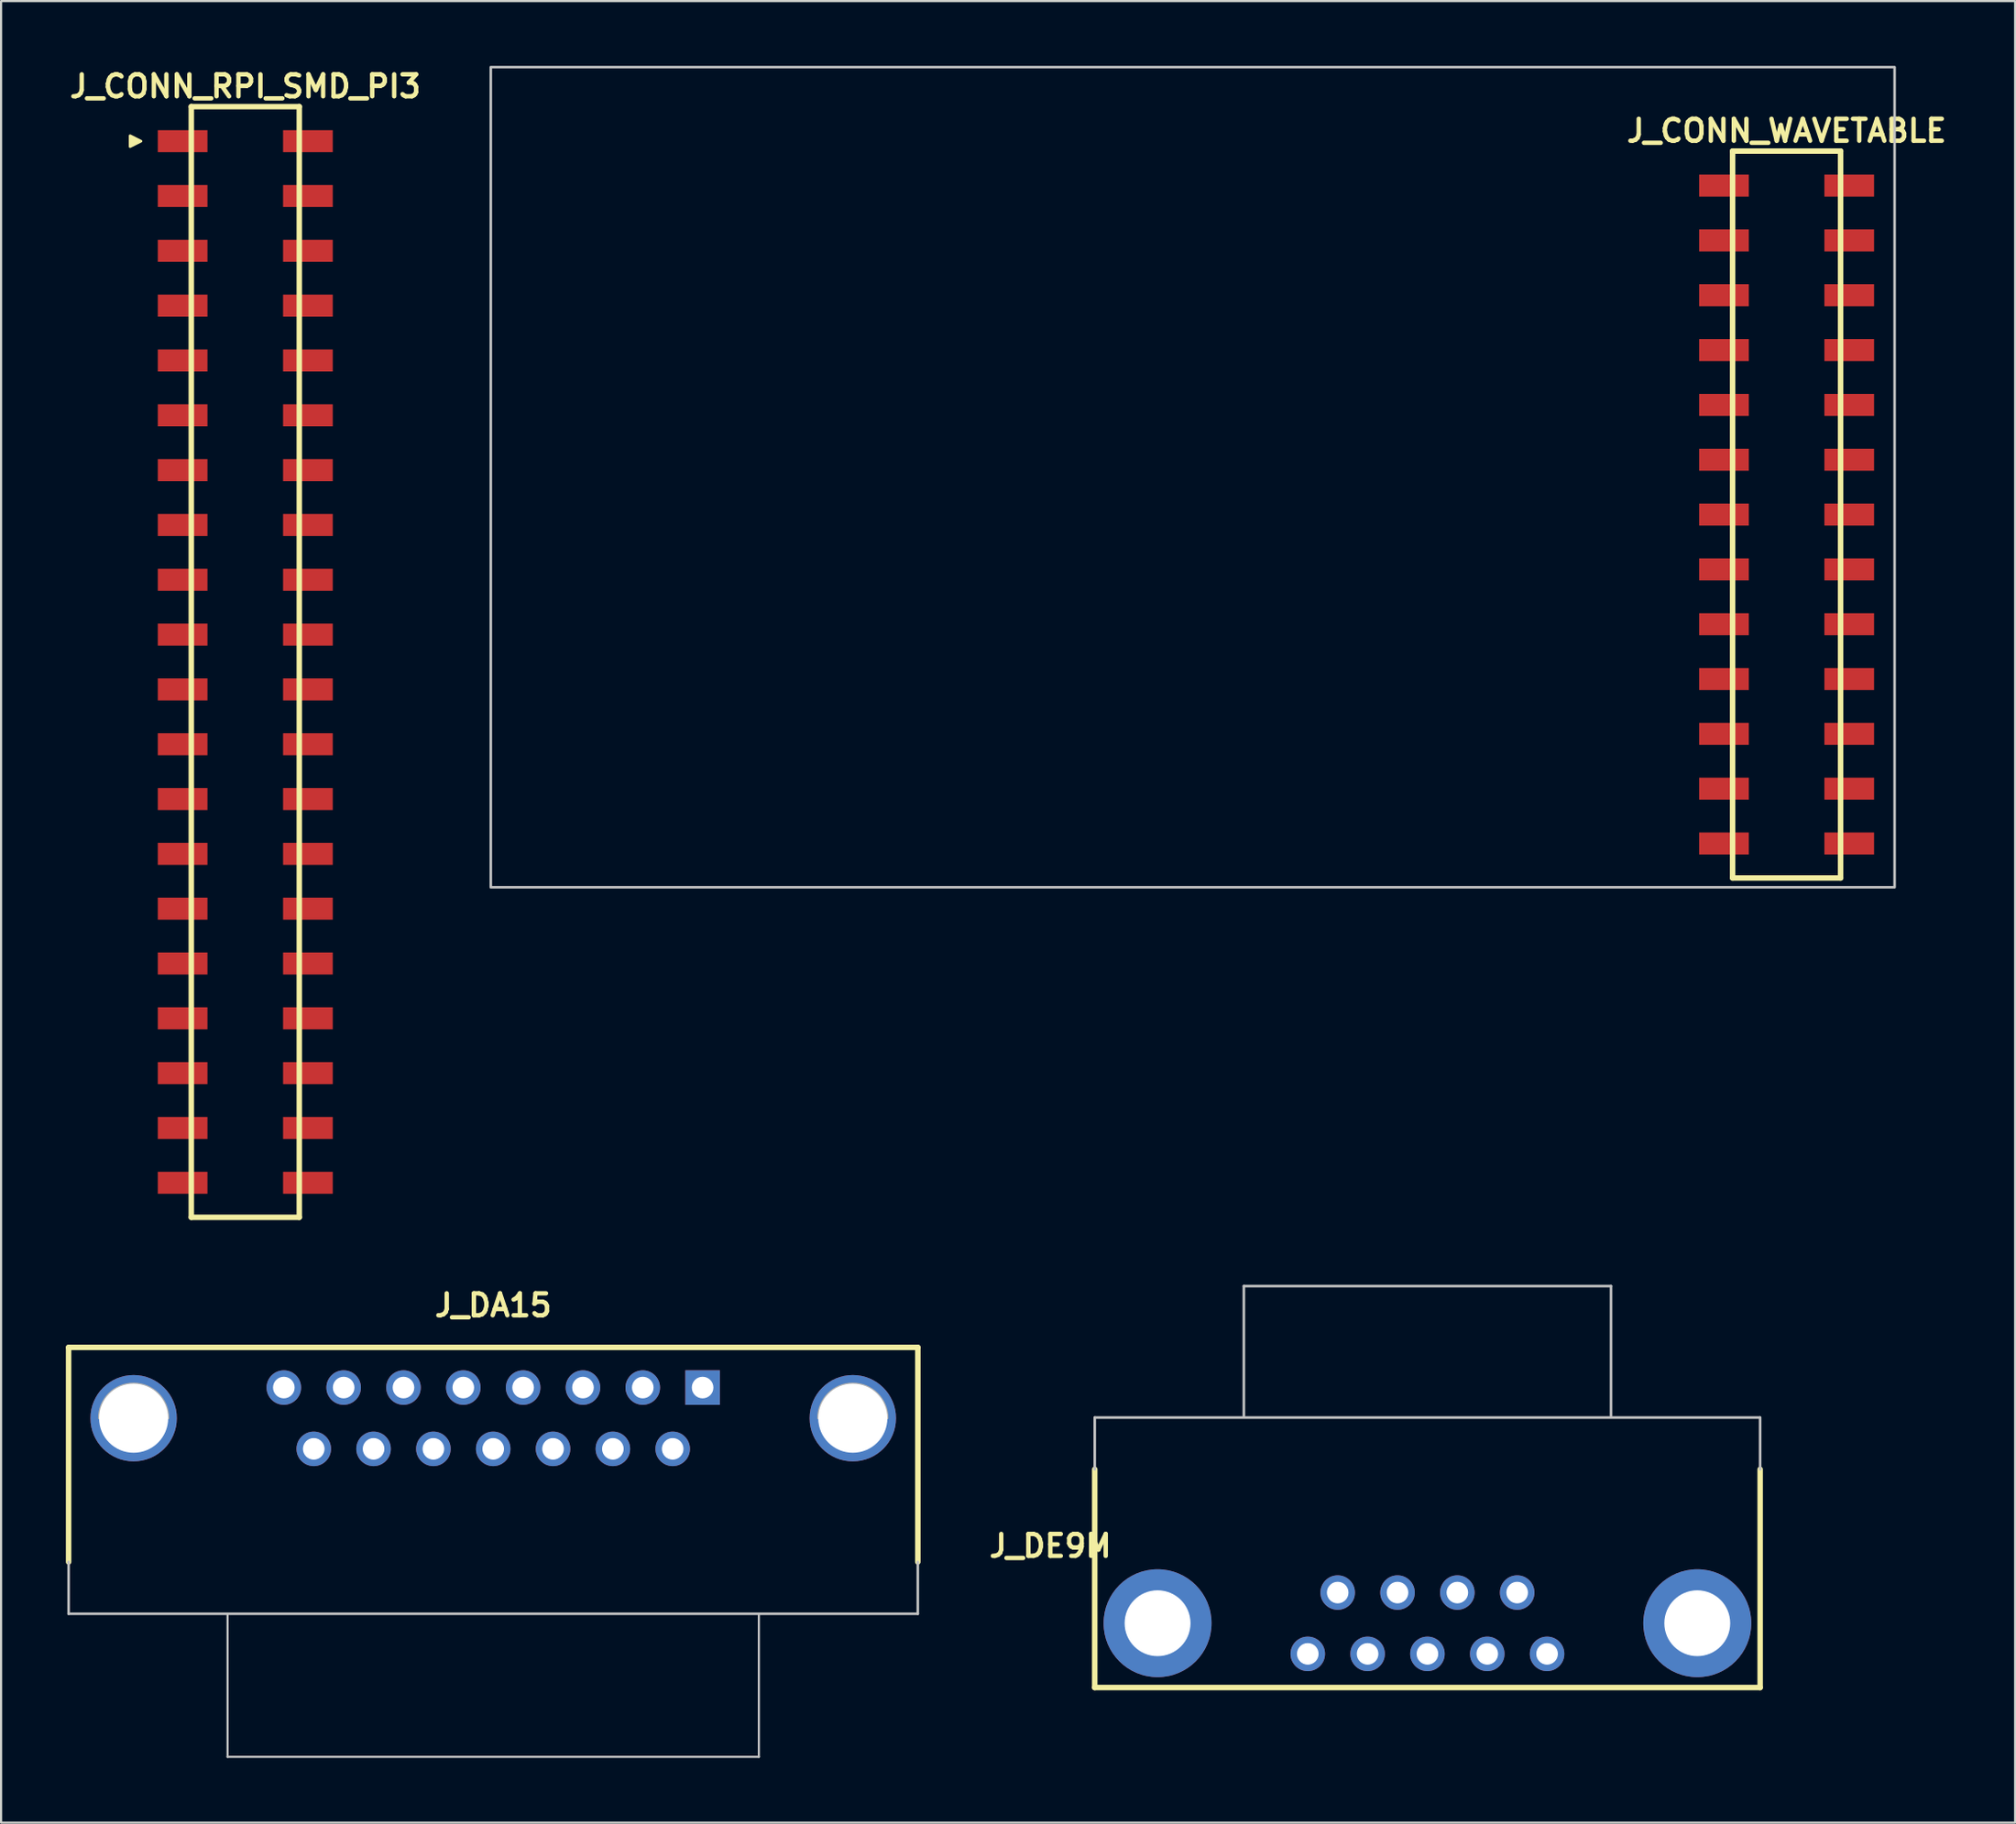
<source format=kicad_pcb>
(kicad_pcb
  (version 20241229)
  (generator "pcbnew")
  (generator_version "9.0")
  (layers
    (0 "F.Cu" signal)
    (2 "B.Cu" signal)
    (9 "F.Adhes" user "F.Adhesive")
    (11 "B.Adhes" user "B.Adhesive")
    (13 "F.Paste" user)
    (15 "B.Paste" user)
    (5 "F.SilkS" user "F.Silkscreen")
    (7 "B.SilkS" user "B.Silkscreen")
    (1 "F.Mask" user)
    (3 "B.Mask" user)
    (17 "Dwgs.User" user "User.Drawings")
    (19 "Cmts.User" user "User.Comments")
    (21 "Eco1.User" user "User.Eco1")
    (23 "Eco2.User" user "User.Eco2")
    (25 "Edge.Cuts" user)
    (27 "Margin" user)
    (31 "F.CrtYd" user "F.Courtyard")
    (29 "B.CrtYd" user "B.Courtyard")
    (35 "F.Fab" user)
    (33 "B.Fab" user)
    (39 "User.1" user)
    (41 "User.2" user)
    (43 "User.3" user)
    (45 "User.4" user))
  (footprint "J_DE9M"
    (layer "F.Cu")
    (at 63.043 73.578)
    (property "Reference" "J_DE9M" (at -17.46 -5 0) (layer "F.SilkS") (effects (font (size 1.016 1.016) (thickness 0.203))))
    (property "Value" "${VALUE}" (at 17.54 -5 0) (layer "F.SilkS") (hide yes) (effects (font (size 1.016 0.914) (thickness 0.203) (italic yes))))
    (attr through_hole)
    (fp_line (start -15.405 -8.55) (end -15.405 1.56) (stroke (width 0.254) (type solid)) (layer "F.SilkS"))
    (fp_line (start -15.405 1.56) (end 15.405 1.56) (stroke (width 0.254) (type solid)) (layer "F.SilkS"))
    (fp_line (start 15.405 -8.55) (end 15.405 1.56) (stroke (width 0.254) (type solid)) (layer "F.SilkS"))
    (fp_line (start -15.405 -10.95) (end -15.405 -8.55) (stroke (width 0.12) (type default)) (layer "Dwgs.User"))
    (fp_line (start -8.5 -17.04) (end -8.5 -11.025) (stroke (width 0.12) (type solid)) (layer "Dwgs.User"))
    (fp_line (start -8.5 -17.04) (end 8.5 -17.04) (stroke (width 0.12) (type solid)) (layer "Dwgs.User"))
    (fp_line (start 8.5 -17.04) (end 8.5 -11.025) (stroke (width 0.12) (type solid)) (layer "Dwgs.User"))
    (fp_line (start 15.4 -10.95) (end -15.4 -10.95) (stroke (width 0.12) (type default)) (layer "Dwgs.User"))
    (fp_line (start 15.405 -8.55) (end 15.405 -10.95) (stroke (width 0.12) (type default)) (layer "Dwgs.User"))
    (pad "1" thru_hole circle (at 5.54 0) (size 1.6 1.6) (drill 1) (layers "*.Cu" "*.Mask"))
    (pad "2" thru_hole circle (at 2.77 0) (size 1.6 1.6) (drill 1) (layers "*.Cu" "*.Mask"))
    (pad "3" thru_hole circle (at 0 0) (size 1.6 1.6) (drill 1) (layers "*.Cu" "*.Mask"))
    (pad "4" thru_hole circle (at -2.77 0) (size 1.6 1.6) (drill 1) (layers "*.Cu" "*.Mask"))
    (pad "5" thru_hole circle (at -5.54 0) (size 1.6 1.6) (drill 1) (layers "*.Cu" "*.Mask"))
    (pad "6" thru_hole circle (at 4.155 -2.84) (size 1.6 1.6) (drill 1) (layers "*.Cu" "*.Mask"))
    (pad "7" thru_hole circle (at 1.385 -2.84) (size 1.6 1.6) (drill 1) (layers "*.Cu" "*.Mask"))
    (pad "8" thru_hole circle (at -1.385 -2.84) (size 1.6 1.6) (drill 1) (layers "*.Cu" "*.Mask"))
    (pad "9" thru_hole circle (at -4.155 -2.84) (size 1.6 1.6) (drill 1) (layers "*.Cu" "*.Mask"))
    (pad "10" thru_hole circle (at -12.495 -1.42) (size 5 5) (drill 3.05) (layers "*.Cu" "*.Mask"))
    (pad "11" thru_hole circle (at 12.495 -1.42) (size 5 5) (drill 3.05) (layers "*.Cu" "*.Mask")))
  (footprint "J_CONN_WAVETABLE"
    (layer "F.Cu")
    (at 79.674 22.06)
    (property "Reference" "J_CONN_WAVETABLE" (at 0 -19.05 180) (layer "F.SilkS") (effects (font (size 1.016 1.016) (thickness 0.203))))
    (property "Value" "${VALUE}" (at 0 17.145 0) (layer "F.SilkS") (hide yes) (effects (font (size 1.016 0.914) (thickness 0.203) (italic yes))))
    (attr smd)
    (fp_line (start -2.5 -18.11) (end -2.5 15.57) (stroke (width 0.254) (type solid)) (layer "F.SilkS"))
    (fp_line (start -2.5 15.57) (end 2.5 15.57) (stroke (width 0.254) (type solid)) (layer "F.SilkS"))
    (fp_line (start 2.5 -18.11) (end -2.5 -18.11) (stroke (width 0.254) (type solid)) (layer "F.SilkS"))
    (fp_line (start 2.5 -18.11) (end 2.5 15.57) (stroke (width 0.254) (type solid)) (layer "F.SilkS"))
    (fp_rect (start -60 -22) (end 5 16) (stroke (width 0.12) (type default)) (fill no) (layer "Dwgs.User"))
    (pad "1" smd rect (at 2.9 13.97) (size 2.3 1.02) (layers "F.Cu" "F.Mask" "F.Paste"))
    (pad "2" smd rect (at -2.9 13.97) (size 2.3 1.02) (layers "F.Cu" "F.Mask" "F.Paste"))
    (pad "3" smd rect (at 2.9 11.43) (size 2.3 1.02) (layers "F.Cu" "F.Mask" "F.Paste"))
    (pad "4" smd rect (at -2.9 11.43) (size 2.3 1.02) (layers "F.Cu" "F.Mask" "F.Paste"))
    (pad "5" smd rect (at 2.9 8.89) (size 2.3 1.02) (layers "F.Cu" "F.Mask" "F.Paste"))
    (pad "6" smd rect (at -2.9 8.89) (size 2.3 1.02) (layers "F.Cu" "F.Mask" "F.Paste"))
    (pad "7" smd rect (at 2.9 6.35) (size 2.3 1.02) (layers "F.Cu" "F.Mask" "F.Paste"))
    (pad "8" smd rect (at -2.9 6.35) (size 2.3 1.02) (layers "F.Cu" "F.Mask" "F.Paste"))
    (pad "9" smd rect (at 2.9 3.81) (size 2.3 1.02) (layers "F.Cu" "F.Mask" "F.Paste"))
    (pad "10" smd rect (at -2.9 3.81) (size 2.3 1.02) (layers "F.Cu" "F.Mask" "F.Paste"))
    (pad "11" smd rect (at 2.9 1.27) (size 2.3 1.02) (layers "F.Cu" "F.Mask" "F.Paste"))
    (pad "12" smd rect (at -2.9 1.27) (size 2.3 1.02) (layers "F.Cu" "F.Mask" "F.Paste"))
    (pad "13" smd rect (at 2.9 -1.27) (size 2.3 1.02) (layers "F.Cu" "F.Mask" "F.Paste"))
    (pad "14" smd rect (at -2.9 -1.27) (size 2.3 1.02) (layers "F.Cu" "F.Mask" "F.Paste"))
    (pad "15" smd rect (at 2.9 -3.81) (size 2.3 1.02) (layers "F.Cu" "F.Mask" "F.Paste"))
    (pad "16" smd rect (at -2.9 -3.81) (size 2.3 1.02) (layers "F.Cu" "F.Mask" "F.Paste"))
    (pad "17" smd rect (at 2.9 -6.35) (size 2.3 1.02) (layers "F.Cu" "F.Mask" "F.Paste"))
    (pad "18" smd rect (at -2.9 -6.35) (size 2.3 1.02) (layers "F.Cu" "F.Mask" "F.Paste"))
    (pad "19" smd rect (at 2.9 -8.89) (size 2.3 1.02) (layers "F.Cu" "F.Mask" "F.Paste"))
    (pad "20" smd rect (at -2.9 -8.89) (size 2.3 1.02) (layers "F.Cu" "F.Mask" "F.Paste"))
    (pad "21" smd rect (at 2.9 -11.43) (size 2.3 1.02) (layers "F.Cu" "F.Mask" "F.Paste"))
    (pad "22" smd rect (at -2.9 -11.43) (size 2.3 1.02) (layers "F.Cu" "F.Mask" "F.Paste"))
    (pad "23" smd rect (at 2.9 -13.97) (size 2.3 1.02) (layers "F.Cu" "F.Mask" "F.Paste"))
    (pad "24" smd rect (at -2.9 -13.97) (size 2.3 1.02) (layers "F.Cu" "F.Mask" "F.Paste"))
    (pad "25" smd rect (at 2.9 -16.51) (size 2.3 1.02) (layers "F.Cu" "F.Mask" "F.Paste"))
    (pad "26" smd rect (at -2.9 -16.51) (size 2.3 1.02) (layers "F.Cu" "F.Mask" "F.Paste")))
  (footprint "J_CONN_RPI_SMD_PI3"
    (layer "F.Cu")
    (at 8.307 27.621)
    (property "Reference" "J_CONN_RPI_SMD_PI3" (at 0 -26.67 180) (layer "F.SilkS") (effects (font (size 1.016 1.016) (thickness 0.203))))
    (property "Value" "${VALUE}" (at 0 26.67 0) (layer "F.SilkS") (hide yes) (effects (font (size 1.016 0.914) (thickness 0.203) (italic yes))))
    (attr smd)
    (fp_line (start -2.5 -25.73) (end -2.5 25.73) (stroke (width 0.254) (type solid)) (layer "F.SilkS"))
    (fp_line (start -2.5 25.73) (end 2.5 25.73) (stroke (width 0.254) (type solid)) (layer "F.SilkS"))
    (fp_line (start 2.5 -25.73) (end -2.5 -25.73) (stroke (width 0.254) (type solid)) (layer "F.SilkS"))
    (fp_line (start 2.5 -25.73) (end 2.5 25.73) (stroke (width 0.254) (type solid)) (layer "F.SilkS"))
    (fp_poly (pts (xy -4.826 -24.13) (xy -5.334 -24.384) (xy -5.334 -23.876)) (stroke (width 0.12) (type solid)) (fill yes) (layer "F.SilkS"))
    (pad "1" smd rect (at -2.9 -24.13) (size 2.3 1.02) (layers "F.Cu" "F.Mask" "F.Paste"))
    (pad "2" smd rect (at 2.9 -24.13) (size 2.3 1.02) (layers "F.Cu" "F.Mask" "F.Paste"))
    (pad "3" smd rect (at -2.9 -21.59) (size 2.3 1.02) (layers "F.Cu" "F.Mask" "F.Paste"))
    (pad "4" smd rect (at 2.9 -21.59) (size 2.3 1.02) (layers "F.Cu" "F.Mask" "F.Paste"))
    (pad "5" smd rect (at -2.9 -19.05) (size 2.3 1.02) (layers "F.Cu" "F.Mask" "F.Paste"))
    (pad "6" smd rect (at 2.9 -19.05) (size 2.3 1.02) (layers "F.Cu" "F.Mask" "F.Paste"))
    (pad "7" smd rect (at -2.9 -16.51) (size 2.3 1.02) (layers "F.Cu" "F.Mask" "F.Paste"))
    (pad "8" smd rect (at 2.9 -16.51) (size 2.3 1.02) (layers "F.Cu" "F.Mask" "F.Paste"))
    (pad "9" smd rect (at -2.9 -13.97) (size 2.3 1.02) (layers "F.Cu" "F.Mask" "F.Paste"))
    (pad "10" smd rect (at 2.9 -13.97) (size 2.3 1.02) (layers "F.Cu" "F.Mask" "F.Paste"))
    (pad "11" smd rect (at -2.9 -11.43) (size 2.3 1.02) (layers "F.Cu" "F.Mask" "F.Paste"))
    (pad "12" smd rect (at 2.9 -11.43) (size 2.3 1.02) (layers "F.Cu" "F.Mask" "F.Paste"))
    (pad "13" smd rect (at -2.9 -8.89) (size 2.3 1.02) (layers "F.Cu" "F.Mask" "F.Paste"))
    (pad "14" smd rect (at 2.9 -8.89) (size 2.3 1.02) (layers "F.Cu" "F.Mask" "F.Paste"))
    (pad "15" smd rect (at -2.9 -6.35) (size 2.3 1.02) (layers "F.Cu" "F.Mask" "F.Paste"))
    (pad "16" smd rect (at 2.9 -6.35) (size 2.3 1.02) (layers "F.Cu" "F.Mask" "F.Paste"))
    (pad "17" smd rect (at -2.9 -3.81) (size 2.3 1.02) (layers "F.Cu" "F.Mask" "F.Paste"))
    (pad "18" smd rect (at 2.9 -3.81) (size 2.3 1.02) (layers "F.Cu" "F.Mask" "F.Paste"))
    (pad "19" smd rect (at -2.9 -1.27) (size 2.3 1.02) (layers "F.Cu" "F.Mask" "F.Paste"))
    (pad "20" smd rect (at 2.9 -1.27) (size 2.3 1.02) (layers "F.Cu" "F.Mask" "F.Paste"))
    (pad "21" smd rect (at -2.9 1.27) (size 2.3 1.02) (layers "F.Cu" "F.Mask" "F.Paste"))
    (pad "22" smd rect (at 2.9 1.27) (size 2.3 1.02) (layers "F.Cu" "F.Mask" "F.Paste"))
    (pad "23" smd rect (at -2.9 3.81) (size 2.3 1.02) (layers "F.Cu" "F.Mask" "F.Paste"))
    (pad "24" smd rect (at 2.9 3.81) (size 2.3 1.02) (layers "F.Cu" "F.Mask" "F.Paste"))
    (pad "25" smd rect (at -2.9 6.35) (size 2.3 1.02) (layers "F.Cu" "F.Mask" "F.Paste"))
    (pad "26" smd rect (at 2.9 6.35) (size 2.3 1.02) (layers "F.Cu" "F.Mask" "F.Paste"))
    (pad "27" smd rect (at -2.9 8.89) (size 2.3 1.02) (layers "F.Cu" "F.Mask" "F.Paste"))
    (pad "28" smd rect (at 2.9 8.89) (size 2.3 1.02) (layers "F.Cu" "F.Mask" "F.Paste"))
    (pad "29" smd rect (at -2.9 11.43) (size 2.3 1.02) (layers "F.Cu" "F.Mask" "F.Paste"))
    (pad "30" smd rect (at 2.9 11.43) (size 2.3 1.02) (layers "F.Cu" "F.Mask" "F.Paste"))
    (pad "31" smd rect (at -2.9 13.97) (size 2.3 1.02) (layers "F.Cu" "F.Mask" "F.Paste"))
    (pad "32" smd rect (at 2.9 13.97) (size 2.3 1.02) (layers "F.Cu" "F.Mask" "F.Paste"))
    (pad "33" smd rect (at -2.9 16.51) (size 2.3 1.02) (layers "F.Cu" "F.Mask" "F.Paste"))
    (pad "34" smd rect (at 2.9 16.51) (size 2.3 1.02) (layers "F.Cu" "F.Mask" "F.Paste"))
    (pad "35" smd rect (at -2.9 19.05) (size 2.3 1.02) (layers "F.Cu" "F.Mask" "F.Paste"))
    (pad "36" smd rect (at 2.9 19.05) (size 2.3 1.02) (layers "F.Cu" "F.Mask" "F.Paste"))
    (pad "37" smd rect (at -2.9 21.59) (size 2.3 1.02) (layers "F.Cu" "F.Mask" "F.Paste"))
    (pad "38" smd rect (at 2.9 21.59) (size 2.3 1.02) (layers "F.Cu" "F.Mask" "F.Paste"))
    (pad "39" smd rect (at -2.9 24.13) (size 2.3 1.02) (layers "F.Cu" "F.Mask" "F.Paste"))
    (pad "40" smd rect (at 2.9 24.13) (size 2.3 1.02) (layers "F.Cu" "F.Mask" "F.Paste")))
  (footprint "J_DA15"
    (layer "F.Cu")
    (at 29.482 61.239)
    (property "Reference" "J_DA15" (at -9.695 -3.81 0) (layer "F.SilkS") (effects (font (size 1.016 1.016) (thickness 0.203))))
    (attr through_hole)
    (fp_line (start -29.355 -1.86) (end 9.965 -1.86) (stroke (width 0.254) (type solid)) (layer "F.SilkS"))
    (fp_line (start -29.355 8.08) (end -29.355 -1.86) (stroke (width 0.254) (type solid)) (layer "F.SilkS"))
    (fp_line (start 9.965 -1.86) (end 9.965 8.08) (stroke (width 0.254) (type solid)) (layer "F.SilkS"))
    (fp_line (start -29.355 10.48) (end -29.355 8.08) (stroke (width 0.12) (type default)) (layer "Dwgs.User"))
    (fp_line (start -29.355 10.48) (end 9.965 10.48) (stroke (width 0.12) (type solid)) (layer "Dwgs.User"))
    (fp_line (start -21.995 10.54) (end -21.995 17.11) (stroke (width 0.1) (type solid)) (layer "Dwgs.User"))
    (fp_line (start -21.995 17.11) (end 2.605 17.11) (stroke (width 0.1) (type solid)) (layer "Dwgs.User"))
    (fp_line (start 2.605 17.11) (end 2.605 10.54) (stroke (width 0.1) (type solid)) (layer "Dwgs.User"))
    (fp_line (start 9.965 10.48) (end 9.965 8.08) (stroke (width 0.12) (type default)) (layer "Dwgs.User"))
    (fp_arc (start -27.945 1.42) (mid -26.345 -0.18) (end -24.745 1.42) (stroke (width 0.1) (type solid)) (layer "F.Fab"))
    (fp_arc (start 5.355 1.42) (mid 6.955 -0.18) (end 8.555 1.42) (stroke (width 0.1) (type solid)) (layer "F.Fab"))
    (pad "1" thru_hole rect (at 0 0) (size 1.6 1.6) (drill 1) (layers "*.Cu" "*.Mask"))
    (pad "2" thru_hole circle (at -2.77 0) (size 1.6 1.6) (drill 1) (layers "*.Cu" "*.Mask"))
    (pad "3" thru_hole circle (at -5.54 0) (size 1.6 1.6) (drill 1) (layers "*.Cu" "*.Mask"))
    (pad "4" thru_hole circle (at -8.31 0) (size 1.6 1.6) (drill 1) (layers "*.Cu" "*.Mask"))
    (pad "5" thru_hole circle (at -11.08 0) (size 1.6 1.6) (drill 1) (layers "*.Cu" "*.Mask"))
    (pad "6" thru_hole circle (at -13.85 0) (size 1.6 1.6) (drill 1) (layers "*.Cu" "*.Mask"))
    (pad "7" thru_hole circle (at -16.62 0) (size 1.6 1.6) (drill 1) (layers "*.Cu" "*.Mask"))
    (pad "8" thru_hole circle (at -19.39 0) (size 1.6 1.6) (drill 1) (layers "*.Cu" "*.Mask"))
    (pad "9" thru_hole circle (at -1.385 2.84) (size 1.6 1.6) (drill 1) (layers "*.Cu" "*.Mask"))
    (pad "10" thru_hole circle (at -4.155 2.84) (size 1.6 1.6) (drill 1) (layers "*.Cu" "*.Mask"))
    (pad "11" thru_hole circle (at -6.925 2.84) (size 1.6 1.6) (drill 1) (layers "*.Cu" "*.Mask"))
    (pad "12" thru_hole circle (at -9.695 2.84) (size 1.6 1.6) (drill 1) (layers "*.Cu" "*.Mask"))
    (pad "13" thru_hole circle (at -12.465 2.84) (size 1.6 1.6) (drill 1) (layers "*.Cu" "*.Mask"))
    (pad "14" thru_hole circle (at -15.235 2.84) (size 1.6 1.6) (drill 1) (layers "*.Cu" "*.Mask"))
    (pad "15" thru_hole circle (at -18.005 2.84) (size 1.6 1.6) (drill 1) (layers "*.Cu" "*.Mask"))
    (pad "S" thru_hole circle (at -26.345 1.42) (size 4 4) (drill 3.2) (layers "*.Cu" "*.Mask"))
    (pad "S" thru_hole circle (at 6.955 1.42) (size 4 4) (drill 3.2) (layers "*.Cu" "*.Mask")))
  (gr_rect
    (start -3 -3)
    (end 90.255 81.399)
    (stroke (width 0.1) (type default))
    (fill no)
    (layer "Edge.Cuts")))
</source>
